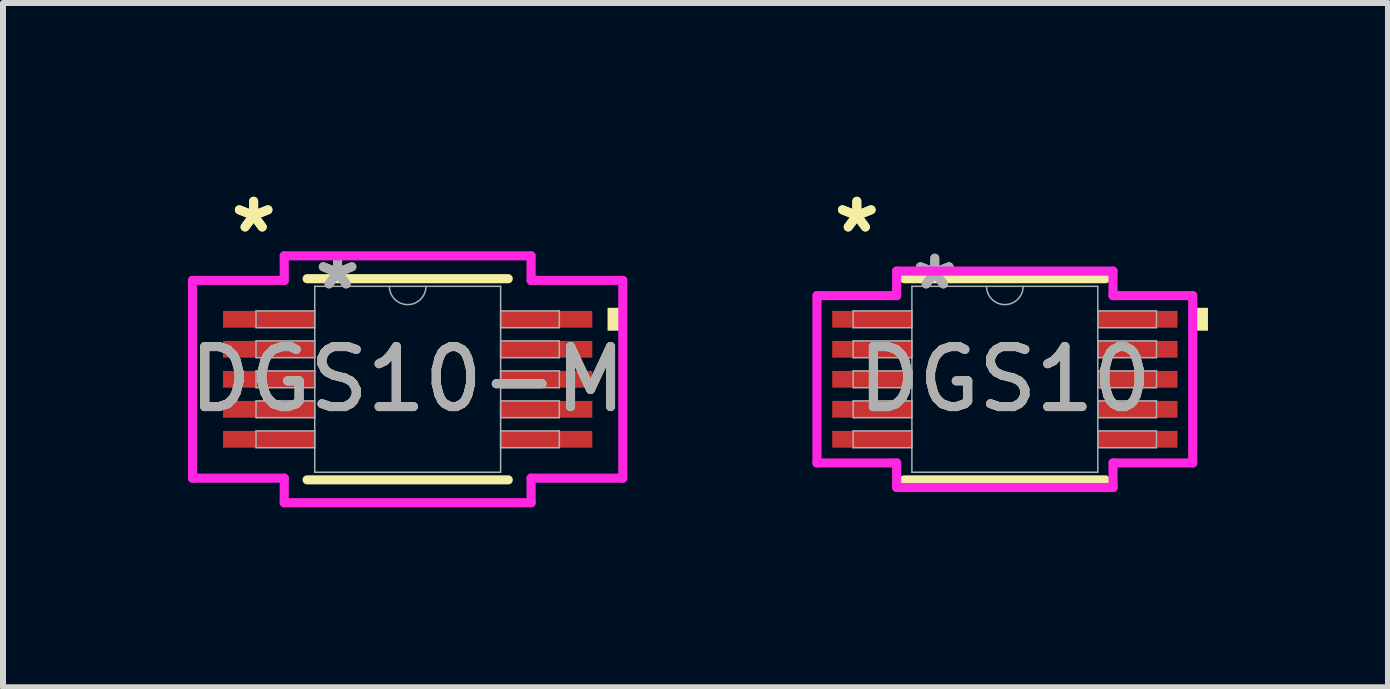
<source format=kicad_pcb>
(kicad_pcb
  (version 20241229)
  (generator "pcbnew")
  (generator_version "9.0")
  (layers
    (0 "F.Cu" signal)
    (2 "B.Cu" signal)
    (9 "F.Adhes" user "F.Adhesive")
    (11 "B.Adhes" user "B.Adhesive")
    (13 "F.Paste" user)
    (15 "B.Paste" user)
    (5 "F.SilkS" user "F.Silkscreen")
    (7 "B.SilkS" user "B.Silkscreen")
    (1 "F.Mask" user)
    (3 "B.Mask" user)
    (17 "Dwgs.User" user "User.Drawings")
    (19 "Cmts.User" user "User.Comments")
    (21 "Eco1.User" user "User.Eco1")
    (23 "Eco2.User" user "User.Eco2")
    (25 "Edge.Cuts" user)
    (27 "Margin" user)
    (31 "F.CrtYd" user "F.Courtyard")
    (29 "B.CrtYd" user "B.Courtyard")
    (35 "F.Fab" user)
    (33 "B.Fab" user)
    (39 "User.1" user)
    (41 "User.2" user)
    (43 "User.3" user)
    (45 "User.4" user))
  (footprint "DGS10"
    (layer "F.Cu")
    (at 13.696 3.271)
    (property "Reference" "DGS10" (at 0 0 0) (unlocked yes) (layer "F.SilkS") (effects (font (size 1 1) (thickness 0.15))))
    (attr smd)
    (fp_line (start -1.676 1.676) (end 1.676 1.676) (stroke (width 0.152) (type solid)) (layer "F.SilkS"))
    (fp_line (start 1.676 -1.676) (end -1.676 -1.676) (stroke (width 0.152) (type solid)) (layer "F.SilkS"))
    (fp_poly (pts (xy 3.385 -1.191) (xy 3.385 -0.81) (xy 3.131 -0.81) (xy 3.131 -1.191)) (stroke (width 0) (type solid)) (fill yes) (layer "F.SilkS"))
    (fp_line (start -3.131 -1.394) (end -1.803 -1.394) (stroke (width 0.152) (type solid)) (layer "F.CrtYd"))
    (fp_line (start -3.131 1.394) (end -3.131 -1.394) (stroke (width 0.152) (type solid)) (layer "F.CrtYd"))
    (fp_line (start -3.131 1.394) (end -1.803 1.394) (stroke (width 0.152) (type solid)) (layer "F.CrtYd"))
    (fp_line (start -1.803 -1.803) (end 1.803 -1.803) (stroke (width 0.152) (type solid)) (layer "F.CrtYd"))
    (fp_line (start -1.803 -1.394) (end -1.803 -1.803) (stroke (width 0.152) (type solid)) (layer "F.CrtYd"))
    (fp_line (start -1.803 1.803) (end -1.803 1.394) (stroke (width 0.152) (type solid)) (layer "F.CrtYd"))
    (fp_line (start 1.803 -1.803) (end 1.803 -1.394) (stroke (width 0.152) (type solid)) (layer "F.CrtYd"))
    (fp_line (start 1.803 1.394) (end 1.803 1.803) (stroke (width 0.152) (type solid)) (layer "F.CrtYd"))
    (fp_line (start 1.803 1.803) (end -1.803 1.803) (stroke (width 0.152) (type solid)) (layer "F.CrtYd"))
    (fp_line (start 3.131 -1.394) (end 1.803 -1.394) (stroke (width 0.152) (type solid)) (layer "F.CrtYd"))
    (fp_line (start 3.131 -1.394) (end 3.131 1.394) (stroke (width 0.152) (type solid)) (layer "F.CrtYd"))
    (fp_line (start 3.131 1.394) (end 1.803 1.394) (stroke (width 0.152) (type solid)) (layer "F.CrtYd"))
    (fp_line (start -2.527 -1.14) (end -2.527 -0.86) (stroke (width 0.025) (type solid)) (layer "F.Fab"))
    (fp_line (start -2.527 -0.86) (end -1.549 -0.86) (stroke (width 0.025) (type solid)) (layer "F.Fab"))
    (fp_line (start -2.527 -0.64) (end -2.527 -0.36) (stroke (width 0.025) (type solid)) (layer "F.Fab"))
    (fp_line (start -2.527 -0.36) (end -1.549 -0.36) (stroke (width 0.025) (type solid)) (layer "F.Fab"))
    (fp_line (start -2.527 -0.14) (end -2.527 0.14) (stroke (width 0.025) (type solid)) (layer "F.Fab"))
    (fp_line (start -2.527 0.14) (end -1.549 0.14) (stroke (width 0.025) (type solid)) (layer "F.Fab"))
    (fp_line (start -2.527 0.36) (end -2.527 0.64) (stroke (width 0.025) (type solid)) (layer "F.Fab"))
    (fp_line (start -2.527 0.64) (end -1.549 0.64) (stroke (width 0.025) (type solid)) (layer "F.Fab"))
    (fp_line (start -2.527 0.86) (end -2.527 1.14) (stroke (width 0.025) (type solid)) (layer "F.Fab"))
    (fp_line (start -2.527 1.14) (end -1.549 1.14) (stroke (width 0.025) (type solid)) (layer "F.Fab"))
    (fp_line (start -1.549 -1.549) (end -1.549 1.549) (stroke (width 0.025) (type solid)) (layer "F.Fab"))
    (fp_line (start -1.549 -1.14) (end -2.527 -1.14) (stroke (width 0.025) (type solid)) (layer "F.Fab"))
    (fp_line (start -1.549 -0.86) (end -1.549 -1.14) (stroke (width 0.025) (type solid)) (layer "F.Fab"))
    (fp_line (start -1.549 -0.64) (end -2.527 -0.64) (stroke (width 0.025) (type solid)) (layer "F.Fab"))
    (fp_line (start -1.549 -0.36) (end -1.549 -0.64) (stroke (width 0.025) (type solid)) (layer "F.Fab"))
    (fp_line (start -1.549 -0.14) (end -2.527 -0.14) (stroke (width 0.025) (type solid)) (layer "F.Fab"))
    (fp_line (start -1.549 0.14) (end -1.549 -0.14) (stroke (width 0.025) (type solid)) (layer "F.Fab"))
    (fp_line (start -1.549 0.36) (end -2.527 0.36) (stroke (width 0.025) (type solid)) (layer "F.Fab"))
    (fp_line (start -1.549 0.64) (end -1.549 0.36) (stroke (width 0.025) (type solid)) (layer "F.Fab"))
    (fp_line (start -1.549 0.86) (end -2.527 0.86) (stroke (width 0.025) (type solid)) (layer "F.Fab"))
    (fp_line (start -1.549 1.14) (end -1.549 0.86) (stroke (width 0.025) (type solid)) (layer "F.Fab"))
    (fp_line (start -1.549 1.549) (end 1.549 1.549) (stroke (width 0.025) (type solid)) (layer "F.Fab"))
    (fp_line (start 1.549 -1.549) (end -1.549 -1.549) (stroke (width 0.025) (type solid)) (layer "F.Fab"))
    (fp_line (start 1.549 -1.14) (end 1.549 -0.86) (stroke (width 0.025) (type solid)) (layer "F.Fab"))
    (fp_line (start 1.549 -0.86) (end 2.527 -0.86) (stroke (width 0.025) (type solid)) (layer "F.Fab"))
    (fp_line (start 1.549 -0.64) (end 1.549 -0.36) (stroke (width 0.025) (type solid)) (layer "F.Fab"))
    (fp_line (start 1.549 -0.36) (end 2.527 -0.36) (stroke (width 0.025) (type solid)) (layer "F.Fab"))
    (fp_line (start 1.549 -0.14) (end 1.549 0.14) (stroke (width 0.025) (type solid)) (layer "F.Fab"))
    (fp_line (start 1.549 0.14) (end 2.527 0.14) (stroke (width 0.025) (type solid)) (layer "F.Fab"))
    (fp_line (start 1.549 0.36) (end 1.549 0.64) (stroke (width 0.025) (type solid)) (layer "F.Fab"))
    (fp_line (start 1.549 0.64) (end 2.527 0.64) (stroke (width 0.025) (type solid)) (layer "F.Fab"))
    (fp_line (start 1.549 0.86) (end 1.549 1.14) (stroke (width 0.025) (type solid)) (layer "F.Fab"))
    (fp_line (start 1.549 1.14) (end 2.527 1.14) (stroke (width 0.025) (type solid)) (layer "F.Fab"))
    (fp_line (start 1.549 1.549) (end 1.549 -1.549) (stroke (width 0.025) (type solid)) (layer "F.Fab"))
    (fp_line (start 2.527 -1.14) (end 1.549 -1.14) (stroke (width 0.025) (type solid)) (layer "F.Fab"))
    (fp_line (start 2.527 -0.86) (end 2.527 -1.14) (stroke (width 0.025) (type solid)) (layer "F.Fab"))
    (fp_line (start 2.527 -0.64) (end 1.549 -0.64) (stroke (width 0.025) (type solid)) (layer "F.Fab"))
    (fp_line (start 2.527 -0.36) (end 2.527 -0.64) (stroke (width 0.025) (type solid)) (layer "F.Fab"))
    (fp_line (start 2.527 -0.14) (end 1.549 -0.14) (stroke (width 0.025) (type solid)) (layer "F.Fab"))
    (fp_line (start 2.527 0.14) (end 2.527 -0.14) (stroke (width 0.025) (type solid)) (layer "F.Fab"))
    (fp_line (start 2.527 0.36) (end 1.549 0.36) (stroke (width 0.025) (type solid)) (layer "F.Fab"))
    (fp_line (start 2.527 0.64) (end 2.527 0.36) (stroke (width 0.025) (type solid)) (layer "F.Fab"))
    (fp_line (start 2.527 0.86) (end 1.549 0.86) (stroke (width 0.025) (type solid)) (layer "F.Fab"))
    (fp_line (start 2.527 1.14) (end 2.527 0.86) (stroke (width 0.025) (type solid)) (layer "F.Fab"))
    (fp_arc (start 0.3048 -1.5494) (mid 0 -1.2446) (end -0.3048 -1.5494) (stroke (width 0.0254) (type solid)) (layer "F.Fab"))
    (fp_text user "*" (at -2.467 -2.422 0) (layer "F.SilkS") (effects (font (size 1 1) (thickness 0.15))))
    (fp_text user "*" (at -2.467 -2.422 0) (unlocked yes) (layer "F.SilkS") (effects (font (size 1 1) (thickness 0.15))))
    (fp_text user "*" (at -1.168 -1.473 0) (unlocked yes) (layer "F.Fab") (effects (font (size 1 1) (thickness 0.15))))
    (fp_text user "*" (at -1.168 -1.473 0) (layer "F.Fab") (effects (font (size 1 1) (thickness 0.15))))
    (fp_text user "${REFERENCE}" (at 0 0 0) (unlocked yes) (layer "F.Fab") (effects (font (size 1 1) (thickness 0.15))))
    (pad "1" smd rect (at -2.213 -1) (size 1.328 0.279) (layers "F.Cu" "F.Mask" "F.Paste"))
    (pad "2" smd rect (at -2.213 -0.5) (size 1.328 0.279) (layers "F.Cu" "F.Mask" "F.Paste"))
    (pad "3" smd rect (at -2.213 0) (size 1.328 0.279) (layers "F.Cu" "F.Mask" "F.Paste"))
    (pad "4" smd rect (at -2.213 0.5) (size 1.328 0.279) (layers "F.Cu" "F.Mask" "F.Paste"))
    (pad "5" smd rect (at -2.213 1) (size 1.328 0.279) (layers "F.Cu" "F.Mask" "F.Paste"))
    (pad "6" smd rect (at 2.213 1) (size 1.328 0.279) (layers "F.Cu" "F.Mask" "F.Paste"))
    (pad "7" smd rect (at 2.213 0.5) (size 1.328 0.279) (layers "F.Cu" "F.Mask" "F.Paste"))
    (pad "8" smd rect (at 2.213 0) (size 1.328 0.279) (layers "F.Cu" "F.Mask" "F.Paste"))
    (pad "9" smd rect (at 2.213 -0.5) (size 1.328 0.279) (layers "F.Cu" "F.Mask" "F.Paste"))
    (pad "10" smd rect (at 2.213 -1) (size 1.328 0.279) (layers "F.Cu" "F.Mask" "F.Paste")))
  (footprint "DGS10-M"
    (layer "F.Cu")
    (at 3.744 3.271)
    (property "Reference" "DGS10-M" (at 0 0 0) (unlocked yes) (layer "F.SilkS") (effects (font (size 1 1) (thickness 0.15))))
    (attr smd)
    (fp_line (start -1.676 1.676) (end 1.676 1.676) (stroke (width 0.152) (type solid)) (layer "F.SilkS"))
    (fp_line (start 1.676 -1.676) (end -1.676 -1.676) (stroke (width 0.152) (type solid)) (layer "F.SilkS"))
    (fp_poly (pts (xy 3.585 -1.191) (xy 3.585 -0.81) (xy 3.331 -0.81) (xy 3.331 -1.191)) (stroke (width 0) (type solid)) (fill yes) (layer "F.SilkS"))
    (fp_line (start -3.585 -1.648) (end -2.057 -1.648) (stroke (width 0.152) (type solid)) (layer "F.CrtYd"))
    (fp_line (start -3.585 1.648) (end -3.585 -1.648) (stroke (width 0.152) (type solid)) (layer "F.CrtYd"))
    (fp_line (start -3.585 1.648) (end -2.057 1.648) (stroke (width 0.152) (type solid)) (layer "F.CrtYd"))
    (fp_line (start -2.057 -2.057) (end 2.057 -2.057) (stroke (width 0.152) (type solid)) (layer "F.CrtYd"))
    (fp_line (start -2.057 -1.648) (end -2.057 -2.057) (stroke (width 0.152) (type solid)) (layer "F.CrtYd"))
    (fp_line (start -2.057 2.057) (end -2.057 1.648) (stroke (width 0.152) (type solid)) (layer "F.CrtYd"))
    (fp_line (start 2.057 -2.057) (end 2.057 -1.648) (stroke (width 0.152) (type solid)) (layer "F.CrtYd"))
    (fp_line (start 2.057 1.648) (end 2.057 2.057) (stroke (width 0.152) (type solid)) (layer "F.CrtYd"))
    (fp_line (start 2.057 2.057) (end -2.057 2.057) (stroke (width 0.152) (type solid)) (layer "F.CrtYd"))
    (fp_line (start 3.585 -1.648) (end 2.057 -1.648) (stroke (width 0.152) (type solid)) (layer "F.CrtYd"))
    (fp_line (start 3.585 -1.648) (end 3.585 1.648) (stroke (width 0.152) (type solid)) (layer "F.CrtYd"))
    (fp_line (start 3.585 1.648) (end 2.057 1.648) (stroke (width 0.152) (type solid)) (layer "F.CrtYd"))
    (fp_line (start -2.527 -1.14) (end -2.527 -0.86) (stroke (width 0.025) (type solid)) (layer "F.Fab"))
    (fp_line (start -2.527 -0.86) (end -1.549 -0.86) (stroke (width 0.025) (type solid)) (layer "F.Fab"))
    (fp_line (start -2.527 -0.64) (end -2.527 -0.36) (stroke (width 0.025) (type solid)) (layer "F.Fab"))
    (fp_line (start -2.527 -0.36) (end -1.549 -0.36) (stroke (width 0.025) (type solid)) (layer "F.Fab"))
    (fp_line (start -2.527 -0.14) (end -2.527 0.14) (stroke (width 0.025) (type solid)) (layer "F.Fab"))
    (fp_line (start -2.527 0.14) (end -1.549 0.14) (stroke (width 0.025) (type solid)) (layer "F.Fab"))
    (fp_line (start -2.527 0.36) (end -2.527 0.64) (stroke (width 0.025) (type solid)) (layer "F.Fab"))
    (fp_line (start -2.527 0.64) (end -1.549 0.64) (stroke (width 0.025) (type solid)) (layer "F.Fab"))
    (fp_line (start -2.527 0.86) (end -2.527 1.14) (stroke (width 0.025) (type solid)) (layer "F.Fab"))
    (fp_line (start -2.527 1.14) (end -1.549 1.14) (stroke (width 0.025) (type solid)) (layer "F.Fab"))
    (fp_line (start -1.549 -1.549) (end -1.549 1.549) (stroke (width 0.025) (type solid)) (layer "F.Fab"))
    (fp_line (start -1.549 -1.14) (end -2.527 -1.14) (stroke (width 0.025) (type solid)) (layer "F.Fab"))
    (fp_line (start -1.549 -0.86) (end -1.549 -1.14) (stroke (width 0.025) (type solid)) (layer "F.Fab"))
    (fp_line (start -1.549 -0.64) (end -2.527 -0.64) (stroke (width 0.025) (type solid)) (layer "F.Fab"))
    (fp_line (start -1.549 -0.36) (end -1.549 -0.64) (stroke (width 0.025) (type solid)) (layer "F.Fab"))
    (fp_line (start -1.549 -0.14) (end -2.527 -0.14) (stroke (width 0.025) (type solid)) (layer "F.Fab"))
    (fp_line (start -1.549 0.14) (end -1.549 -0.14) (stroke (width 0.025) (type solid)) (layer "F.Fab"))
    (fp_line (start -1.549 0.36) (end -2.527 0.36) (stroke (width 0.025) (type solid)) (layer "F.Fab"))
    (fp_line (start -1.549 0.64) (end -1.549 0.36) (stroke (width 0.025) (type solid)) (layer "F.Fab"))
    (fp_line (start -1.549 0.86) (end -2.527 0.86) (stroke (width 0.025) (type solid)) (layer "F.Fab"))
    (fp_line (start -1.549 1.14) (end -1.549 0.86) (stroke (width 0.025) (type solid)) (layer "F.Fab"))
    (fp_line (start -1.549 1.549) (end 1.549 1.549) (stroke (width 0.025) (type solid)) (layer "F.Fab"))
    (fp_line (start 1.549 -1.549) (end -1.549 -1.549) (stroke (width 0.025) (type solid)) (layer "F.Fab"))
    (fp_line (start 1.549 -1.14) (end 1.549 -0.86) (stroke (width 0.025) (type solid)) (layer "F.Fab"))
    (fp_line (start 1.549 -0.86) (end 2.527 -0.86) (stroke (width 0.025) (type solid)) (layer "F.Fab"))
    (fp_line (start 1.549 -0.64) (end 1.549 -0.36) (stroke (width 0.025) (type solid)) (layer "F.Fab"))
    (fp_line (start 1.549 -0.36) (end 2.527 -0.36) (stroke (width 0.025) (type solid)) (layer "F.Fab"))
    (fp_line (start 1.549 -0.14) (end 1.549 0.14) (stroke (width 0.025) (type solid)) (layer "F.Fab"))
    (fp_line (start 1.549 0.14) (end 2.527 0.14) (stroke (width 0.025) (type solid)) (layer "F.Fab"))
    (fp_line (start 1.549 0.36) (end 1.549 0.64) (stroke (width 0.025) (type solid)) (layer "F.Fab"))
    (fp_line (start 1.549 0.64) (end 2.527 0.64) (stroke (width 0.025) (type solid)) (layer "F.Fab"))
    (fp_line (start 1.549 0.86) (end 1.549 1.14) (stroke (width 0.025) (type solid)) (layer "F.Fab"))
    (fp_line (start 1.549 1.14) (end 2.527 1.14) (stroke (width 0.025) (type solid)) (layer "F.Fab"))
    (fp_line (start 1.549 1.549) (end 1.549 -1.549) (stroke (width 0.025) (type solid)) (layer "F.Fab"))
    (fp_line (start 2.527 -1.14) (end 1.549 -1.14) (stroke (width 0.025) (type solid)) (layer "F.Fab"))
    (fp_line (start 2.527 -0.86) (end 2.527 -1.14) (stroke (width 0.025) (type solid)) (layer "F.Fab"))
    (fp_line (start 2.527 -0.64) (end 1.549 -0.64) (stroke (width 0.025) (type solid)) (layer "F.Fab"))
    (fp_line (start 2.527 -0.36) (end 2.527 -0.64) (stroke (width 0.025) (type solid)) (layer "F.Fab"))
    (fp_line (start 2.527 -0.14) (end 1.549 -0.14) (stroke (width 0.025) (type solid)) (layer "F.Fab"))
    (fp_line (start 2.527 0.14) (end 2.527 -0.14) (stroke (width 0.025) (type solid)) (layer "F.Fab"))
    (fp_line (start 2.527 0.36) (end 1.549 0.36) (stroke (width 0.025) (type solid)) (layer "F.Fab"))
    (fp_line (start 2.527 0.64) (end 2.527 0.36) (stroke (width 0.025) (type solid)) (layer "F.Fab"))
    (fp_line (start 2.527 0.86) (end 1.549 0.86) (stroke (width 0.025) (type solid)) (layer "F.Fab"))
    (fp_line (start 2.527 1.14) (end 2.527 0.86) (stroke (width 0.025) (type solid)) (layer "F.Fab"))
    (fp_arc (start 0.3048 -1.5494) (mid 0 -1.2446) (end -0.3048 -1.5494) (stroke (width 0.0254) (type solid)) (layer "F.Fab"))
    (fp_text user "*" (at -2.567 -2.422 0) (layer "F.SilkS") (effects (font (size 1 1) (thickness 0.15))))
    (fp_text user "*" (at -2.567 -2.422 0) (unlocked yes) (layer "F.SilkS") (effects (font (size 1 1) (thickness 0.15))))
    (fp_text user "*" (at -1.168 -1.473 0) (layer "F.Fab") (effects (font (size 1 1) (thickness 0.15))))
    (fp_text user "*" (at -1.168 -1.473 0) (unlocked yes) (layer "F.Fab") (effects (font (size 1 1) (thickness 0.15))))
    (fp_text user "${REFERENCE}" (at 0 0 0) (unlocked yes) (layer "F.Fab") (effects (font (size 1 1) (thickness 0.15))))
    (pad "1" smd rect (at -2.313 -1) (size 1.528 0.279) (layers "F.Cu" "F.Mask" "F.Paste"))
    (pad "2" smd rect (at -2.313 -0.5) (size 1.528 0.279) (layers "F.Cu" "F.Mask" "F.Paste"))
    (pad "3" smd rect (at -2.313 0) (size 1.528 0.279) (layers "F.Cu" "F.Mask" "F.Paste"))
    (pad "4" smd rect (at -2.313 0.5) (size 1.528 0.279) (layers "F.Cu" "F.Mask" "F.Paste"))
    (pad "5" smd rect (at -2.313 1) (size 1.528 0.279) (layers "F.Cu" "F.Mask" "F.Paste"))
    (pad "6" smd rect (at 2.313 1) (size 1.528 0.279) (layers "F.Cu" "F.Mask" "F.Paste"))
    (pad "7" smd rect (at 2.313 0.5) (size 1.528 0.279) (layers "F.Cu" "F.Mask" "F.Paste"))
    (pad "8" smd rect (at 2.313 0) (size 1.528 0.279) (layers "F.Cu" "F.Mask" "F.Paste"))
    (pad "9" smd rect (at 2.313 -0.5) (size 1.528 0.279) (layers "F.Cu" "F.Mask" "F.Paste"))
    (pad "10" smd rect (at 2.313 -1) (size 1.528 0.279) (layers "F.Cu" "F.Mask" "F.Paste")))
  (gr_rect
    (start -3 -3)
    (end 20.081 8.404)
    (stroke (width 0.1) (type default))
    (fill no)
    (layer "Edge.Cuts")))
</source>
